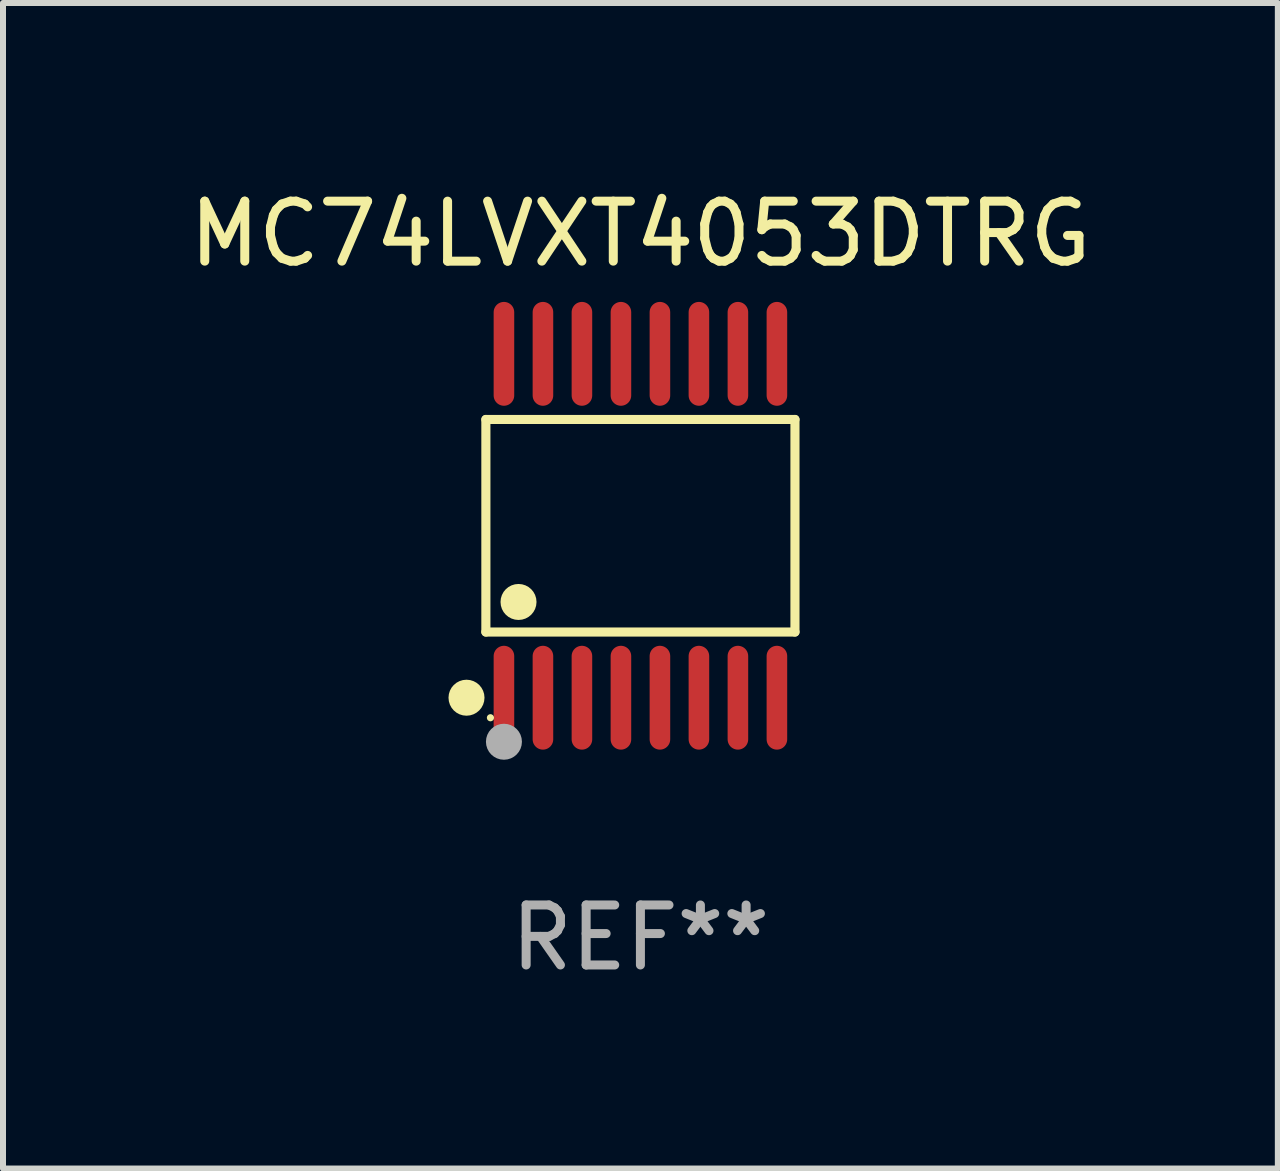
<source format=kicad_pcb>
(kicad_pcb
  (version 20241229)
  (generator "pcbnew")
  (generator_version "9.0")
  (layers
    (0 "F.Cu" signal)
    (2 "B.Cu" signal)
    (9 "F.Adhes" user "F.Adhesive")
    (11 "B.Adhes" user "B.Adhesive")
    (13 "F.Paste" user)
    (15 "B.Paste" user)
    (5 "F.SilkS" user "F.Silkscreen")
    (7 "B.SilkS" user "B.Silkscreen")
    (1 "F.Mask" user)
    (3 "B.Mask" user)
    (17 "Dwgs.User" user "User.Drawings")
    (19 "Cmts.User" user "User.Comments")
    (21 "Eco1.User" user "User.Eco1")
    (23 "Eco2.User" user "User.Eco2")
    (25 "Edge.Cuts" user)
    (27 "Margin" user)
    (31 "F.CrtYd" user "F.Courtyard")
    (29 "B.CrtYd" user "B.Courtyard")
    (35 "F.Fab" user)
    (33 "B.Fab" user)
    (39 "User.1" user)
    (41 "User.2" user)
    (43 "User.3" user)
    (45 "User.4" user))
  (footprint "MC74LVXT4053DTRG"
    (layer "F.Cu")
    (at 7.625 5.714)
    (property "Reference" "MC74LVXT4053DTRG" (at 0 -4.866 0) (layer "F.SilkS") (effects (font (size 1 1) (thickness 0.15))))
    (attr through_hole)
    (fp_line (start -2.576 -1.772) (end 2.576 -1.772) (stroke (width 0.152) (type solid)) (layer "F.SilkS"))
    (fp_line (start -2.576 1.771) (end -2.576 -1.772) (stroke (width 0.152) (type solid)) (layer "F.SilkS"))
    (fp_line (start 2.576 -1.772) (end 2.576 1.771) (stroke (width 0.152) (type solid)) (layer "F.SilkS"))
    (fp_line (start 2.576 1.771) (end -2.576 1.771) (stroke (width 0.152) (type solid)) (layer "F.SilkS"))
    (fp_circle (center -2.899 2.866) (end -2.749 2.866) (stroke (width 0.3) (type solid)) (fill no) (layer "F.SilkS"))
    (fp_circle (center -2.5 3.2) (end -2.47 3.2) (stroke (width 0.06) (type solid)) (fill no) (layer "F.SilkS"))
    (fp_circle (center -2.032 1.27) (end -1.882 1.27) (stroke (width 0.3) (type solid)) (fill no) (layer "F.SilkS"))
    (fp_circle (center -2.275 3.6) (end -2.125 3.6) (stroke (width 0.3) (type solid)) (fill no) (layer "F.Fab"))
    (fp_text user "REF**" (at 0 6.866 0) (layer "F.Fab") (effects (font (size 1 1) (thickness 0.15))))
    (pad "1" smd oval (at -2.275 2.866) (size 0.343 1.731) (layers "F.Cu" "F.Mask" "F.Paste"))
    (pad "2" smd oval (at -1.625 2.866) (size 0.343 1.731) (layers "F.Cu" "F.Mask" "F.Paste"))
    (pad "3" smd oval (at -0.975 2.866) (size 0.343 1.731) (layers "F.Cu" "F.Mask" "F.Paste"))
    (pad "4" smd oval (at -0.325 2.866) (size 0.343 1.731) (layers "F.Cu" "F.Mask" "F.Paste"))
    (pad "5" smd oval (at 0.325 2.866) (size 0.343 1.731) (layers "F.Cu" "F.Mask" "F.Paste"))
    (pad "6" smd oval (at 0.975 2.866) (size 0.343 1.731) (layers "F.Cu" "F.Mask" "F.Paste"))
    (pad "7" smd oval (at 1.625 2.866) (size 0.343 1.731) (layers "F.Cu" "F.Mask" "F.Paste"))
    (pad "8" smd oval (at 2.275 2.866) (size 0.343 1.731) (layers "F.Cu" "F.Mask" "F.Paste"))
    (pad "9" smd oval (at 2.275 -2.866) (size 0.343 1.731) (layers "F.Cu" "F.Mask" "F.Paste"))
    (pad "10" smd oval (at 1.625 -2.866) (size 0.343 1.731) (layers "F.Cu" "F.Mask" "F.Paste"))
    (pad "11" smd oval (at 0.975 -2.866) (size 0.343 1.731) (layers "F.Cu" "F.Mask" "F.Paste"))
    (pad "12" smd oval (at 0.325 -2.866) (size 0.343 1.731) (layers "F.Cu" "F.Mask" "F.Paste"))
    (pad "13" smd oval (at -0.325 -2.866) (size 0.343 1.731) (layers "F.Cu" "F.Mask" "F.Paste"))
    (pad "14" smd oval (at -0.975 -2.866) (size 0.343 1.731) (layers "F.Cu" "F.Mask" "F.Paste"))
    (pad "15" smd oval (at -1.625 -2.866) (size 0.343 1.731) (layers "F.Cu" "F.Mask" "F.Paste"))
    (pad "16" smd oval (at -2.275 -2.866) (size 0.343 1.731) (layers "F.Cu" "F.Mask" "F.Paste")))
  (gr_rect
    (start -3 -3)
    (end 18.25 16.428)
    (stroke (width 0.1) (type default))
    (fill no)
    (layer "Edge.Cuts")))
</source>
